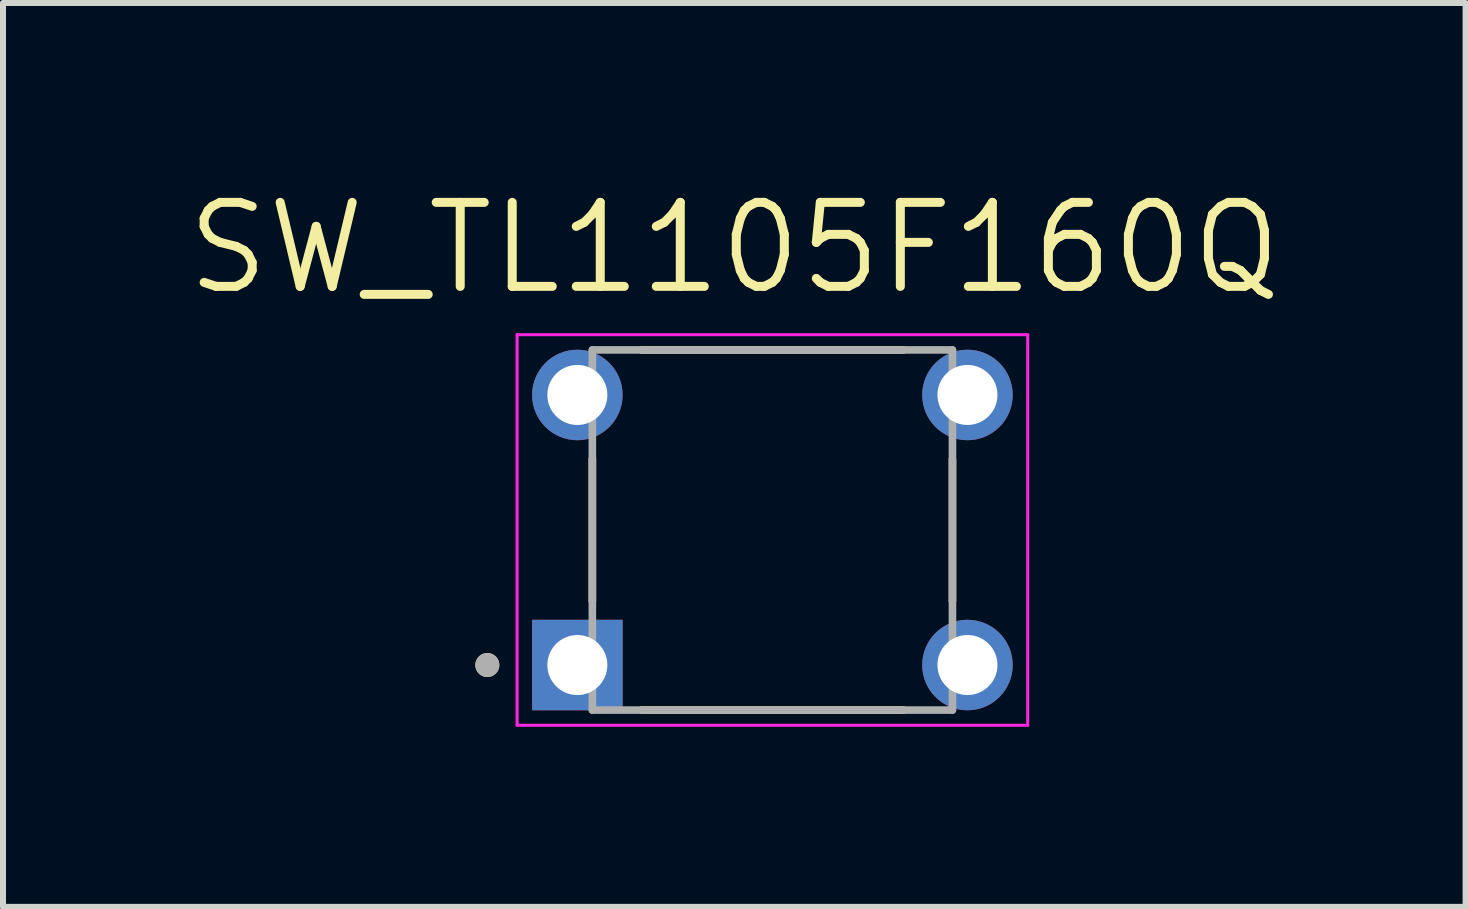
<source format=kicad_pcb>
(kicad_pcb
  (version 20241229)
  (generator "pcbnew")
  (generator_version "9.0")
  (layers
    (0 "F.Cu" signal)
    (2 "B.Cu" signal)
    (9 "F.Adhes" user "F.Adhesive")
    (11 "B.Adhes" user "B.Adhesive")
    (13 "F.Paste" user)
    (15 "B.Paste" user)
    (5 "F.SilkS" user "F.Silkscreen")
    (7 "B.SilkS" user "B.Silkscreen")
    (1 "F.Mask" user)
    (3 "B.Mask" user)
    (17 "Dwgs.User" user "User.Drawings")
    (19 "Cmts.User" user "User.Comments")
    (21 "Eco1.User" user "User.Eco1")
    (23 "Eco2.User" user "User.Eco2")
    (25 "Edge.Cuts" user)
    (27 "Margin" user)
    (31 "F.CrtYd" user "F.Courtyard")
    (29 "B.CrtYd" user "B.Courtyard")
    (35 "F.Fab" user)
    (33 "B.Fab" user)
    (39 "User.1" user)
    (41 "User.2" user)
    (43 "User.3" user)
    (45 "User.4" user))
  (footprint "SW_TL1105F160Q"
    (layer "F.Cu")
    (at 9.82 5.781)
    (property "Reference" "SW_TL1105F160Q" (at -0.635 -4.699 0) (layer "F.SilkS") (effects (font (size 1.4 1.4) (thickness 0.15))))
    (attr through_hole)
    (fp_line (start -3 -1.183) (end -3 1.183) (stroke (width 0.127) (type solid)) (layer "F.SilkS"))
    (fp_line (start -2.183 -3) (end 2.183 -3) (stroke (width 0.127) (type solid)) (layer "F.SilkS"))
    (fp_line (start -2.183 3) (end 2.183 3) (stroke (width 0.127) (type solid)) (layer "F.SilkS"))
    (fp_line (start 3 -1.183) (end 3 1.183) (stroke (width 0.127) (type solid)) (layer "F.SilkS"))
    (fp_circle (center -4.75 2.25) (end -4.65 2.25) (stroke (width 0.2) (type solid)) (fill no) (layer "F.SilkS"))
    (fp_line (start -4.254 -3.254) (end -4.254 3.254) (stroke (width 0.05) (type solid)) (layer "F.CrtYd"))
    (fp_line (start -4.254 3.254) (end 4.254 3.254) (stroke (width 0.05) (type solid)) (layer "F.CrtYd"))
    (fp_line (start 4.254 -3.254) (end -4.254 -3.254) (stroke (width 0.05) (type solid)) (layer "F.CrtYd"))
    (fp_line (start 4.254 3.254) (end 4.254 -3.254) (stroke (width 0.05) (type solid)) (layer "F.CrtYd"))
    (fp_line (start -3 -3) (end 3 -3) (stroke (width 0.127) (type solid)) (layer "F.Fab"))
    (fp_line (start -3 3) (end -3 -3) (stroke (width 0.127) (type solid)) (layer "F.Fab"))
    (fp_line (start 3 -3) (end 3 3) (stroke (width 0.127) (type solid)) (layer "F.Fab"))
    (fp_line (start 3 3) (end -3 3) (stroke (width 0.127) (type solid)) (layer "F.Fab"))
    (fp_circle (center -4.75 2.25) (end -4.65 2.25) (stroke (width 0.2) (type solid)) (fill no) (layer "F.Fab"))
    (pad "1" thru_hole rect (at -3.25 2.25) (size 1.508 1.508) (drill 1) (layers "*.Cu" "*.Mask"))
    (pad "2" thru_hole circle (at 3.25 2.25) (size 1.508 1.508) (drill 1) (layers "*.Cu" "*.Mask"))
    (pad "3" thru_hole circle (at -3.25 -2.25) (size 1.508 1.508) (drill 1) (layers "*.Cu" "*.Mask"))
    (pad "4" thru_hole circle (at 3.25 -2.25) (size 1.508 1.508) (drill 1) (layers "*.Cu" "*.Mask")))
  (gr_rect
    (start -3 -3)
    (end 21.37 12.06)
    (stroke (width 0.1) (type default))
    (fill no)
    (layer "Edge.Cuts")))
</source>
